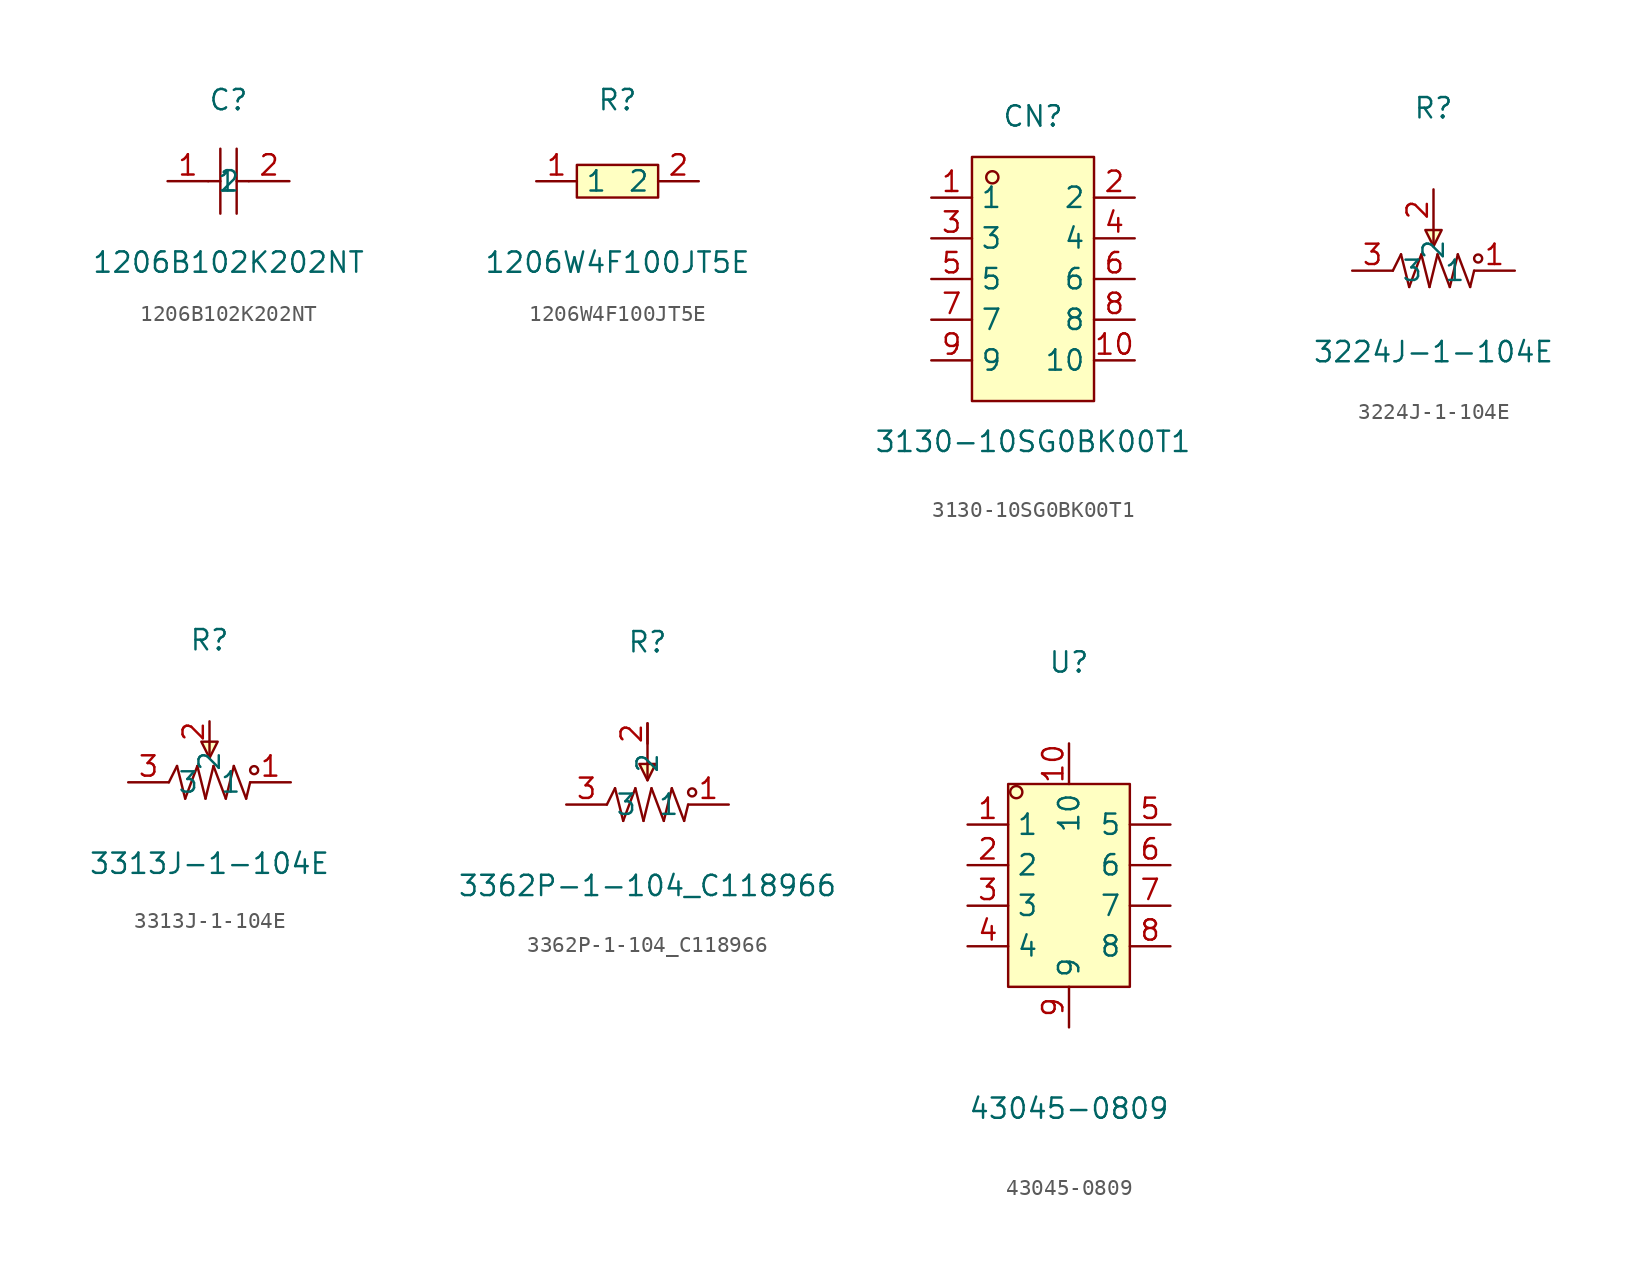
<source format=kicad_sym>
(kicad_symbol_lib
  (version 20231120)
  (generator "kicad_symbol_editor")
  (generator_version "8.0")
  (symbol "1206B102K202NT"
    (property "Reference" "C"
      (at 0 5.08 0)
      (effects (font (size 1.27 1.27))))
    (property "Value" "1206B102K202NT"
      (at 0 -5.08 0)
      (effects (font (size 1.27 1.27))))
    (symbol "1206B102K202NT_0_1"
      (polyline (pts (xy -1.27 0) (xy -0.51 0)) (stroke (width 0) (type default)) (fill (type none)))
      (polyline (pts (xy -0.51 2.03) (xy -0.51 -2.03)) (stroke (width 0) (type default)) (fill (type none)))
      (polyline (pts (xy 0.51 0) (xy 1.27 0)) (stroke (width 0) (type default)) (fill (type none)))
      (polyline (pts (xy 0.51 2.03) (xy 0.51 -2.03)) (stroke (width 0) (type default)) (fill (type none)))
      (pin input line (at -3.81 0 0) (length 2.54) (name "1" (effects (font (size 1.27 1.27)))) (number "1" (effects (font (size 1.27 1.27)))))
      (pin input line (at 3.81 0 180) (length 2.54) (name "2" (effects (font (size 1.27 1.27)))) (number "2" (effects (font (size 1.27 1.27)))))))
  (symbol "1206W4F100JT5E"
    (property "Reference" "R"
      (at 0 5.08 0)
      (effects (font (size 1.27 1.27))))
    (property "Value" "1206W4F100JT5E"
      (at 0 -5.08 0)
      (effects (font (size 1.27 1.27))))
    (symbol "1206W4F100JT5E_0_1"
      (rectangle (start -2.54 1.02) (end 2.54 -1.02) (stroke (width 0) (type default)) (fill (type background)))
      (pin input line (at -5.08 0 0) (length 2.54) (name "1" (effects (font (size 1.27 1.27)))) (number "1" (effects (font (size 1.27 1.27)))))
      (pin input line (at 5.08 0 180) (length 2.54) (name "2" (effects (font (size 1.27 1.27)))) (number "2" (effects (font (size 1.27 1.27)))))))
  (symbol "3130-10SG0BK00T1"
    (property "Reference" "CN"
      (at 0 10.16 0)
      (effects (font (size 1.27 1.27))))
    (property "Value" "3130-10SG0BK00T1"
      (at 0 -10.16 0)
      (effects (font (size 1.27 1.27))))
    (symbol "3130-10SG0BK00T1_0_1"
      (rectangle (start -3.81 7.62) (end 3.81 -7.62) (stroke (width 0) (type default)) (fill (type background)))
      (circle (center -2.54 6.35) (radius 0.38) (stroke (width 0) (type default)) (fill (type none)))
      (pin unspecified line (at -6.35 5.08 0) (length 2.54) (name "1" (effects (font (size 1.27 1.27)))) (number "1" (effects (font (size 1.27 1.27)))))
      (pin unspecified line (at 6.35 -5.08 180) (length 2.54) (name "10" (effects (font (size 1.27 1.27)))) (number "10" (effects (font (size 1.27 1.27)))))
      (pin unspecified line (at 6.35 5.08 180) (length 2.54) (name "2" (effects (font (size 1.27 1.27)))) (number "2" (effects (font (size 1.27 1.27)))))
      (pin unspecified line (at -6.35 2.54 0) (length 2.54) (name "3" (effects (font (size 1.27 1.27)))) (number "3" (effects (font (size 1.27 1.27)))))
      (pin unspecified line (at 6.35 2.54 180) (length 2.54) (name "4" (effects (font (size 1.27 1.27)))) (number "4" (effects (font (size 1.27 1.27)))))
      (pin unspecified line (at -6.35 0 0) (length 2.54) (name "5" (effects (font (size 1.27 1.27)))) (number "5" (effects (font (size 1.27 1.27)))))
      (pin unspecified line (at 6.35 0 180) (length 2.54) (name "6" (effects (font (size 1.27 1.27)))) (number "6" (effects (font (size 1.27 1.27)))))
      (pin unspecified line (at -6.35 -2.54 0) (length 2.54) (name "7" (effects (font (size 1.27 1.27)))) (number "7" (effects (font (size 1.27 1.27)))))
      (pin unspecified line (at 6.35 -2.54 180) (length 2.54) (name "8" (effects (font (size 1.27 1.27)))) (number "8" (effects (font (size 1.27 1.27)))))
      (pin unspecified line (at -6.35 -5.08 0) (length 2.54) (name "9" (effects (font (size 1.27 1.27)))) (number "9" (effects (font (size 1.27 1.27)))))))
  (symbol "3224J-1-104E"
    (property "Reference" "R"
      (at 0 10.16 0)
      (effects (font (size 1.27 1.27))))
    (property "Value" "3224J-1-104E"
      (at 0 -5.08 0)
      (effects (font (size 1.27 1.27))))
    (symbol "3224J-1-104E_0_1"
      (polyline (pts (xy -2.54 0) (xy -2.03 1.02)) (stroke (width 0) (type default)) (fill (type none)))
      (polyline (pts (xy -2.03 1.02) (xy -1.52 -1.02)) (stroke (width 0) (type default)) (fill (type none)))
      (polyline (pts (xy -1.52 -1.02) (xy -0.76 1.02)) (stroke (width 0) (type default)) (fill (type none)))
      (polyline (pts (xy -0.76 1.02) (xy -0.25 -1.02)) (stroke (width 0) (type default)) (fill (type none)))
      (polyline (pts (xy -0.25 -1.02) (xy 0.25 1.02)) (stroke (width 0) (type default)) (fill (type none)))
      (polyline (pts (xy 0 2.54) (xy 0 1.52)) (stroke (width 0) (type default)) (fill (type none)))
      (polyline (pts (xy 0.25 1.02) (xy 1.02 -1.02)) (stroke (width 0) (type default)) (fill (type none)))
      (polyline (pts (xy 1.02 -1.02) (xy 1.52 1.02)) (stroke (width 0) (type default)) (fill (type none)))
      (polyline (pts (xy 1.52 1.02) (xy 2.29 -1.02)) (stroke (width 0) (type default)) (fill (type none)))
      (polyline (pts (xy 2.29 -1.02) (xy 2.54 0)) (stroke (width 0) (type default)) (fill (type none)))
      (polyline (pts (xy -0.51 2.54) (xy 0 1.52) (xy 0.51 2.54) (xy -0.51 2.54)) (stroke (width 0) (type default)) (fill (type background)))
      (circle (center 2.79 0.76) (radius 0.25) (stroke (width 0) (type default)) (fill (type none)))
      (pin unspecified line (at 5.08 0 180) (length 2.54) (name "1" (effects (font (size 1.27 1.27)))) (number "1" (effects (font (size 1.27 1.27)))))
      (pin unspecified line (at 0 5.08 270) (length 2.54) (name "2" (effects (font (size 1.27 1.27)))) (number "2" (effects (font (size 1.27 1.27)))))
      (pin unspecified line (at -5.08 0 0) (length 2.54) (name "3" (effects (font (size 1.27 1.27)))) (number "3" (effects (font (size 1.27 1.27)))))))
  (symbol "3313J-1-104E"
    (property "Reference" "R"
      (at 0 8.89 0)
      (effects (font (size 1.27 1.27))))
    (property "Value" "3313J-1-104E"
      (at 0 -5.08 0)
      (effects (font (size 1.27 1.27))))
    (symbol "3313J-1-104E_0_1"
      (polyline (pts (xy -2.54 0) (xy -2.03 1.02)) (stroke (width 0) (type default)) (fill (type none)))
      (polyline (pts (xy -2.03 1.02) (xy -1.52 -1.02)) (stroke (width 0) (type default)) (fill (type none)))
      (polyline (pts (xy -1.52 -1.02) (xy -0.76 1.02)) (stroke (width 0) (type default)) (fill (type none)))
      (polyline (pts (xy -0.76 1.02) (xy -0.25 -1.02)) (stroke (width 0) (type default)) (fill (type none)))
      (polyline (pts (xy -0.25 -1.02) (xy 0.25 1.02)) (stroke (width 0) (type default)) (fill (type none)))
      (polyline (pts (xy 0 2.54) (xy 0 1.52)) (stroke (width 0) (type default)) (fill (type none)))
      (polyline (pts (xy 0.25 1.02) (xy 1.02 -1.02)) (stroke (width 0) (type default)) (fill (type none)))
      (polyline (pts (xy 1.02 -1.02) (xy 1.52 1.02)) (stroke (width 0) (type default)) (fill (type none)))
      (polyline (pts (xy 1.52 1.02) (xy 2.29 -1.02)) (stroke (width 0) (type default)) (fill (type none)))
      (polyline (pts (xy 2.29 -1.02) (xy 2.54 0)) (stroke (width 0) (type default)) (fill (type none)))
      (polyline (pts (xy -0.51 2.54) (xy 0 1.52) (xy 0.51 2.54) (xy -0.51 2.54)) (stroke (width 0) (type default)) (fill (type background)))
      (circle (center 2.79 0.76) (radius 0.25) (stroke (width 0) (type default)) (fill (type none)))
      (pin unspecified line (at 5.08 0 180) (length 2.54) (name "1" (effects (font (size 1.27 1.27)))) (number "1" (effects (font (size 1.27 1.27)))))
      (pin unspecified line (at 0 3.81 270) (length 1.27) (name "2" (effects (font (size 1.27 1.27)))) (number "2" (effects (font (size 1.27 1.27)))))
      (pin unspecified line (at -5.08 0 0) (length 2.54) (name "3" (effects (font (size 1.27 1.27)))) (number "3" (effects (font (size 1.27 1.27)))))))
  (symbol "3362P-1-104_C118966"
    (property "Reference" "R"
      (at 0 10.16 0)
      (effects (font (size 1.27 1.27))))
    (property "Value" "3362P-1-104_C118966"
      (at 0 -5.08 0)
      (effects (font (size 1.27 1.27))))
    (symbol "3362P-1-104_C118966_0_1"
      (polyline (pts (xy -2.54 0) (xy -2.03 1.02)) (stroke (width 0) (type default)) (fill (type none)))
      (polyline (pts (xy -2.03 1.02) (xy -1.52 -1.02)) (stroke (width 0) (type default)) (fill (type none)))
      (polyline (pts (xy -1.52 -1.02) (xy -0.76 1.02)) (stroke (width 0) (type default)) (fill (type none)))
      (polyline (pts (xy -0.76 1.02) (xy -0.25 -1.02)) (stroke (width 0) (type default)) (fill (type none)))
      (polyline (pts (xy -0.25 -1.02) (xy 0.25 1.02)) (stroke (width 0) (type default)) (fill (type none)))
      (polyline (pts (xy 0 5.08) (xy 0 1.52)) (stroke (width 0) (type default)) (fill (type none)))
      (polyline (pts (xy 0.25 1.02) (xy 1.02 -1.02)) (stroke (width 0) (type default)) (fill (type none)))
      (polyline (pts (xy 1.02 -1.02) (xy 1.52 1.02)) (stroke (width 0) (type default)) (fill (type none)))
      (polyline (pts (xy 1.52 1.02) (xy 2.29 -1.02)) (stroke (width 0) (type default)) (fill (type none)))
      (polyline (pts (xy 2.29 -1.02) (xy 2.54 0)) (stroke (width 0) (type default)) (fill (type none)))
      (polyline (pts (xy -0.51 2.54) (xy 0 1.52) (xy 0.51 2.54) (xy -0.51 2.54)) (stroke (width 0) (type default)) (fill (type background)))
      (circle (center 2.79 0.76) (radius 0.25) (stroke (width 0) (type default)) (fill (type none)))
      (pin unspecified line (at 5.08 0 180) (length 2.54) (name "1" (effects (font (size 1.27 1.27)))) (number "1" (effects (font (size 1.27 1.27)))))
      (pin unspecified line (at 0 5.08 270) (length 1.27) (name "2" (effects (font (size 1.27 1.27)))) (number "2" (effects (font (size 1.27 1.27)))))
      (pin unspecified line (at -5.08 0 0) (length 2.54) (name "3" (effects (font (size 1.27 1.27)))) (number "3" (effects (font (size 1.27 1.27)))))))
  (symbol "43045-0809"
    (property "Reference" "U"
      (at 0 13.97 0)
      (effects (font (size 1.27 1.27))))
    (property "Value" "43045-0809"
      (at 0 -13.97 0)
      (effects (font (size 1.27 1.27))))
    (symbol "43045-0809_0_1"
      (rectangle (start -3.81 6.35) (end 3.81 -6.35) (stroke (width 0) (type default)) (fill (type background)))
      (circle (center -3.3 5.84) (radius 0.38) (stroke (width 0) (type default)) (fill (type none)))
      (pin unspecified line (at -6.35 3.81 0) (length 2.54) (name "1" (effects (font (size 1.27 1.27)))) (number "1" (effects (font (size 1.27 1.27)))))
      (pin unspecified line (at 0 8.89 270) (length 2.54) (name "10" (effects (font (size 1.27 1.27)))) (number "10" (effects (font (size 1.27 1.27)))))
      (pin unspecified line (at -6.35 1.27 0) (length 2.54) (name "2" (effects (font (size 1.27 1.27)))) (number "2" (effects (font (size 1.27 1.27)))))
      (pin unspecified line (at -6.35 -1.27 0) (length 2.54) (name "3" (effects (font (size 1.27 1.27)))) (number "3" (effects (font (size 1.27 1.27)))))
      (pin unspecified line (at -6.35 -3.81 0) (length 2.54) (name "4" (effects (font (size 1.27 1.27)))) (number "4" (effects (font (size 1.27 1.27)))))
      (pin unspecified line (at 6.35 3.81 180) (length 2.54) (name "5" (effects (font (size 1.27 1.27)))) (number "5" (effects (font (size 1.27 1.27)))))
      (pin unspecified line (at 6.35 1.27 180) (length 2.54) (name "6" (effects (font (size 1.27 1.27)))) (number "6" (effects (font (size 1.27 1.27)))))
      (pin unspecified line (at 6.35 -1.27 180) (length 2.54) (name "7" (effects (font (size 1.27 1.27)))) (number "7" (effects (font (size 1.27 1.27)))))
      (pin unspecified line (at 6.35 -3.81 180) (length 2.54) (name "8" (effects (font (size 1.27 1.27)))) (number "8" (effects (font (size 1.27 1.27)))))
      (pin unspecified line (at 0 -8.89 90) (length 2.54) (name "9" (effects (font (size 1.27 1.27)))) (number "9" (effects (font (size 1.27 1.27))))))))
</source>
